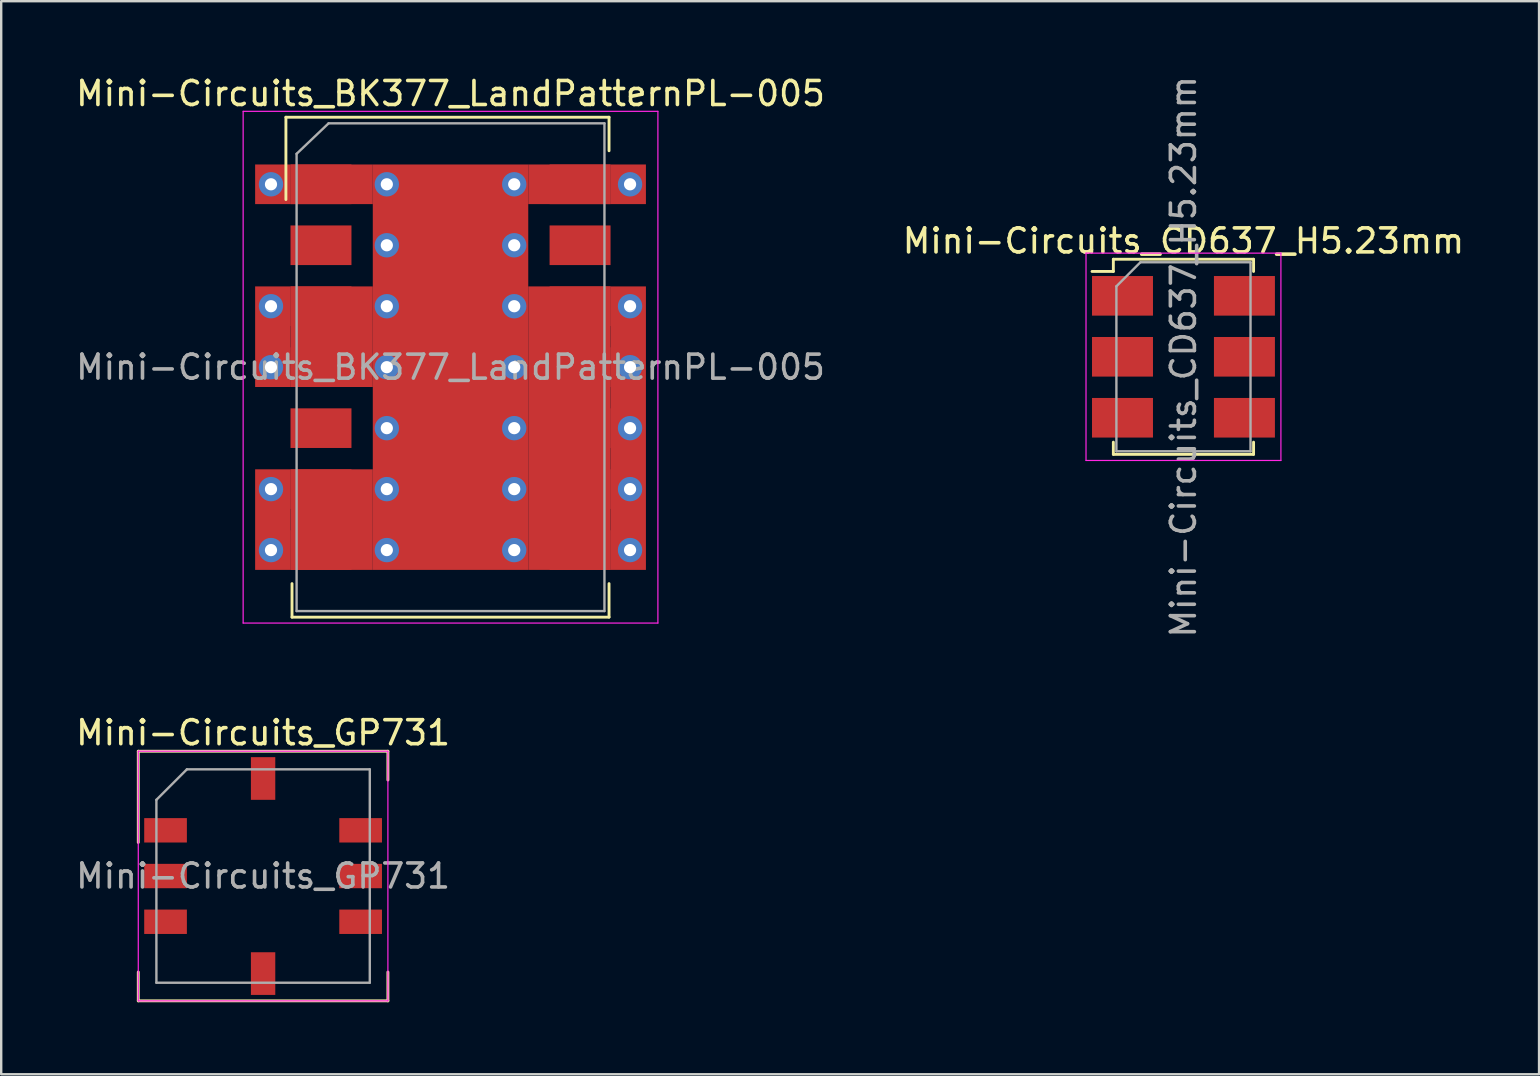
<source format=kicad_pcb>
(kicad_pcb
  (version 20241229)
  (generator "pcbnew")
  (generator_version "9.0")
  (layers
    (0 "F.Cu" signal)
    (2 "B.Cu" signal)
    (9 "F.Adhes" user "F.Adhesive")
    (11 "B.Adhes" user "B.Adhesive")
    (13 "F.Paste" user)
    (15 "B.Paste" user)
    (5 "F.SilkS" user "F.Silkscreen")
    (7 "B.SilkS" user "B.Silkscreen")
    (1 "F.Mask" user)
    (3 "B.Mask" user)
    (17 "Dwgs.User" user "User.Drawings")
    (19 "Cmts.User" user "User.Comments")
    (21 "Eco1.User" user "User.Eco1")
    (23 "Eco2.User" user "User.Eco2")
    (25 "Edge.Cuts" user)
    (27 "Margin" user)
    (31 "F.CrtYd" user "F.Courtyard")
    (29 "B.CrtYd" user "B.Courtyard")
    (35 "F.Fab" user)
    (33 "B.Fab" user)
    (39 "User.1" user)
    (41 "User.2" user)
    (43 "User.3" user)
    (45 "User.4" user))
  (footprint "Mini-Circuits_BK377_LandPatternPL-005"
    (layer "F.Cu")
    (at 15.72 12.248)
    (property "Reference" "Mini-Circuits_BK377_LandPatternPL-005" (at 0 -11.4 0) (layer "F.SilkS") (effects (font (size 1 1) (thickness 0.15))))
    (attr smd)
    (fp_line (start -6.858 -10.414) (end 6.604 -10.414) (stroke (width 0.12) (type solid)) (layer "F.SilkS"))
    (fp_line (start -6.858 -6.985) (end -6.858 -10.414) (stroke (width 0.12) (type solid)) (layer "F.SilkS"))
    (fp_line (start -6.604 9.017) (end -6.604 10.414) (stroke (width 0.12) (type solid)) (layer "F.SilkS"))
    (fp_line (start -6.604 10.414) (end 6.604 10.414) (stroke (width 0.12) (type solid)) (layer "F.SilkS"))
    (fp_line (start 6.604 -10.414) (end 6.604 -9.017) (stroke (width 0.12) (type solid)) (layer "F.SilkS"))
    (fp_line (start 6.604 10.414) (end 6.604 9.017) (stroke (width 0.12) (type solid)) (layer "F.SilkS"))
    (fp_line (start -8.64 -10.66) (end -8.64 10.66) (stroke (width 0.05) (type solid)) (layer "F.CrtYd"))
    (fp_line (start -8.64 -10.66) (end 8.64 -10.66) (stroke (width 0.05) (type solid)) (layer "F.CrtYd"))
    (fp_line (start 8.64 10.66) (end -8.64 10.66) (stroke (width 0.05) (type solid)) (layer "F.CrtYd"))
    (fp_line (start 8.64 10.66) (end 8.64 -10.66) (stroke (width 0.05) (type solid)) (layer "F.CrtYd"))
    (fp_line (start -6.413 -8.89) (end -6.413 10.16) (stroke (width 0.1) (type solid)) (layer "F.Fab"))
    (fp_line (start -6.413 10.16) (end 6.413 10.16) (stroke (width 0.1) (type solid)) (layer "F.Fab"))
    (fp_line (start -5.08 -10.16) (end -6.413 -8.89) (stroke (width 0.1) (type solid)) (layer "F.Fab"))
    (fp_line (start 6.413 -10.16) (end -5.08 -10.16) (stroke (width 0.1) (type solid)) (layer "F.Fab"))
    (fp_line (start 6.413 10.16) (end 6.413 -10.16) (stroke (width 0.1) (type solid)) (layer "F.Fab"))
    (fp_text user "${REFERENCE}" (at 0 0 0) (layer "F.Fab") (effects (font (size 1 1) (thickness 0.15))))
    (pad "1" thru_hole circle (at -7.48 -7.62) (size 1.016 1.016) (drill 0.508) (layers "*.Cu"))
    (pad "1" thru_hole circle (at -7.48 -2.54) (size 1.016 1.016) (drill 0.508) (layers "*.Cu"))
    (pad "1" thru_hole circle (at -7.48 0) (size 1.016 1.016) (drill 0.508) (layers "*.Cu"))
    (pad "1" thru_hole circle (at -7.48 5.08) (size 1.016 1.016) (drill 0.508) (layers "*.Cu"))
    (pad "1" thru_hole circle (at -7.48 7.62) (size 1.016 1.016) (drill 0.508) (layers "*.Cu"))
    (pad "1" smd rect (at -7.404 -7.62) (size 1.473 1.651) (layers "F.Cu"))
    (pad "1" smd rect (at -7.404 -1.27) (size 1.473 4.191) (layers "F.Cu"))
    (pad "1" smd rect (at -7.404 6.35) (size 1.473 4.191) (layers "F.Cu"))
    (pad "1" smd rect (at -6.668 -7.62) (size 2.54 1.651) (drill (offset 1.27 0)) (layers "F.Cu" "F.Mask" "F.Paste"))
    (pad "1" smd rect (at -4.953 -7.62) (size 3.429 1.651) (layers "F.Cu"))
    (pad "1" smd rect (at -4.953 -1.27) (size 3.429 4.191) (layers "F.Cu"))
    (pad "1" smd rect (at -4.953 6.35) (size 3.429 4.191) (layers "F.Cu"))
    (pad "1" thru_hole circle (at -2.654 -7.62) (size 1.016 1.016) (drill 0.508) (layers "*.Cu"))
    (pad "1" thru_hole circle (at -2.654 -5.08) (size 1.016 1.016) (drill 0.508) (layers "*.Cu"))
    (pad "1" thru_hole circle (at -2.654 -2.54) (size 1.016 1.016) (drill 0.508) (layers "*.Cu"))
    (pad "1" thru_hole circle (at -2.654 0) (size 1.016 1.016) (drill 0.508) (layers "*.Cu"))
    (pad "1" thru_hole circle (at -2.654 2.54) (size 1.016 1.016) (drill 0.508) (layers "*.Cu"))
    (pad "1" thru_hole circle (at -2.654 5.08) (size 1.016 1.016) (drill 0.508) (layers "*.Cu"))
    (pad "1" thru_hole circle (at -2.654 7.62) (size 1.016 1.016) (drill 0.508) (layers "*.Cu"))
    (pad "1" smd rect (at 0 0) (size 6.477 16.891) (layers "F.Cu"))
    (pad "1" thru_hole circle (at 2.654 -7.62) (size 1.016 1.016) (drill 0.508) (layers "*.Cu"))
    (pad "1" thru_hole circle (at 2.654 -5.08) (size 1.016 1.016) (drill 0.508) (layers "*.Cu"))
    (pad "1" thru_hole circle (at 2.654 -2.54) (size 1.016 1.016) (drill 0.508) (layers "*.Cu"))
    (pad "1" thru_hole circle (at 2.654 0) (size 1.016 1.016) (drill 0.508) (layers "*.Cu"))
    (pad "1" thru_hole circle (at 2.654 2.54) (size 1.016 1.016) (drill 0.508) (layers "*.Cu"))
    (pad "1" thru_hole circle (at 2.654 5.08) (size 1.016 1.016) (drill 0.508) (layers "*.Cu"))
    (pad "1" thru_hole circle (at 2.654 7.62) (size 1.016 1.016) (drill 0.508) (layers "*.Cu"))
    (pad "1" smd rect (at 4.953 -7.62) (size 3.429 1.651) (layers "F.Cu"))
    (pad "1" smd rect (at 4.953 2.54) (size 3.429 11.811) (layers "F.Cu"))
    (pad "1" smd rect (at 7.404 -7.62) (size 1.473 1.651) (layers "F.Cu"))
    (pad "1" smd rect (at 7.404 2.54) (size 1.473 11.811) (layers "F.Cu"))
    (pad "1" thru_hole circle (at 7.48 -7.62) (size 1.016 1.016) (drill 0.508) (layers "*.Cu"))
    (pad "1" thru_hole circle (at 7.48 -2.54) (size 1.016 1.016) (drill 0.508) (layers "*.Cu"))
    (pad "1" thru_hole circle (at 7.48 0) (size 1.016 1.016) (drill 0.508) (layers "*.Cu"))
    (pad "1" thru_hole circle (at 7.48 2.54) (size 1.016 1.016) (drill 0.508) (layers "*.Cu"))
    (pad "1" thru_hole circle (at 7.48 5.08) (size 1.016 1.016) (drill 0.508) (layers "*.Cu"))
    (pad "1" thru_hole circle (at 7.48 7.62) (size 1.016 1.016) (drill 0.508) (layers "*.Cu"))
    (pad "2" smd rect (at -5.397 -5.08) (size 2.54 1.651) (layers "F.Cu" "F.Mask" "F.Paste"))
    (pad "3" smd rect (at -6.668 -2.54) (size 2.54 1.651) (drill (offset 1.27 0)) (layers "F.Cu" "F.Mask" "F.Paste"))
    (pad "4" smd rect (at -6.668 0) (size 2.54 1.651) (drill (offset 1.27 0)) (layers "F.Cu" "F.Mask" "F.Paste"))
    (pad "5" smd rect (at -5.397 2.54) (size 2.54 1.651) (layers "F.Cu" "F.Mask" "F.Paste"))
    (pad "6" smd rect (at -6.668 5.08) (size 2.54 1.651) (drill (offset 1.27 0)) (layers "F.Cu" "F.Mask" "F.Paste"))
    (pad "7" smd rect (at -6.668 7.62) (size 2.54 1.651) (drill (offset 1.27 0)) (layers "F.Cu" "F.Mask" "F.Paste"))
    (pad "8" smd rect (at 6.668 7.62) (size 2.54 1.651) (drill (offset -1.27 0)) (layers "F.Cu" "F.Mask" "F.Paste"))
    (pad "9" smd rect (at 6.668 5.08) (size 2.54 1.651) (drill (offset -1.27 0)) (layers "F.Cu" "F.Mask" "F.Paste"))
    (pad "10" smd rect (at 6.668 2.54) (size 2.54 1.651) (drill (offset -1.27 0)) (layers "F.Cu" "F.Mask" "F.Paste"))
    (pad "11" smd rect (at 6.668 0) (size 2.54 1.651) (drill (offset -1.27 0)) (layers "F.Cu" "F.Mask" "F.Paste"))
    (pad "12" smd rect (at 6.668 -2.54) (size 2.54 1.651) (drill (offset -1.27 0)) (layers "F.Cu" "F.Mask" "F.Paste"))
    (pad "13" smd rect (at 5.397 -5.08) (size 2.54 1.651) (layers "F.Cu" "F.Mask" "F.Paste"))
    (pad "14" smd rect (at 5.397 -7.62) (size 2.54 1.651) (layers "F.Cu" "F.Mask" "F.Paste")))
  (footprint "Mini-Circuits_CD637_H5.23mm"
    (layer "F.Cu")
    (at 46.256 11.815)
    (property "Reference" "Mini-Circuits_CD637_H5.23mm" (at 0 -4.826 0) (layer "F.SilkS") (effects (font (size 1 1) (thickness 0.15))))
    (attr smd)
    (fp_line (start -2.921 -4.064) (end -2.921 -3.556) (stroke (width 0.12) (type solid)) (layer "F.SilkS"))
    (fp_line (start -2.921 -3.556) (end -3.81 -3.556) (stroke (width 0.12) (type solid)) (layer "F.SilkS"))
    (fp_line (start -2.921 3.556) (end -2.921 4.064) (stroke (width 0.12) (type solid)) (layer "F.SilkS"))
    (fp_line (start -2.921 4.064) (end 2.921 4.064) (stroke (width 0.12) (type solid)) (layer "F.SilkS"))
    (fp_line (start 2.921 -4.064) (end -2.921 -4.064) (stroke (width 0.12) (type solid)) (layer "F.SilkS"))
    (fp_line (start 2.921 -3.556) (end 2.921 -4.064) (stroke (width 0.12) (type solid)) (layer "F.SilkS"))
    (fp_line (start 2.921 4.064) (end 2.921 3.556) (stroke (width 0.12) (type solid)) (layer "F.SilkS"))
    (fp_line (start -4.06 4.32) (end -4.06 -4.32) (stroke (width 0.05) (type solid)) (layer "F.CrtYd"))
    (fp_line (start 4.06 -4.32) (end -4.06 -4.32) (stroke (width 0.05) (type solid)) (layer "F.CrtYd"))
    (fp_line (start 4.06 4.32) (end -4.06 4.32) (stroke (width 0.05) (type solid)) (layer "F.CrtYd"))
    (fp_line (start 4.06 4.32) (end 4.06 -4.32) (stroke (width 0.05) (type solid)) (layer "F.CrtYd"))
    (fp_line (start -2.794 3.937) (end -2.794 -2.937) (stroke (width 0.1) (type solid)) (layer "F.Fab"))
    (fp_line (start -1.794 -3.937) (end -2.794 -2.937) (stroke (width 0.1) (type solid)) (layer "F.Fab"))
    (fp_line (start -1.794 -3.937) (end 2.794 -3.937) (stroke (width 0.1) (type solid)) (layer "F.Fab"))
    (fp_line (start 2.794 -3.937) (end 2.794 3.937) (stroke (width 0.1) (type solid)) (layer "F.Fab"))
    (fp_line (start 2.794 3.937) (end -2.794 3.937) (stroke (width 0.1) (type solid)) (layer "F.Fab"))
    (fp_text user "${REFERENCE}" (at 0 0 90) (layer "F.Fab") (effects (font (size 1 1) (thickness 0.15))))
    (pad "1" smd rect (at -2.54 -2.54) (size 2.54 1.65) (layers "F.Cu" "F.Mask" "F.Paste"))
    (pad "2" smd rect (at -2.54 0) (size 2.54 1.65) (layers "F.Cu" "F.Mask" "F.Paste"))
    (pad "3" smd rect (at -2.54 2.54) (size 2.54 1.65) (layers "F.Cu" "F.Mask" "F.Paste"))
    (pad "4" smd rect (at 2.54 2.54) (size 2.54 1.65) (layers "F.Cu" "F.Mask" "F.Paste"))
    (pad "5" smd rect (at 2.54 0) (size 2.54 1.65) (layers "F.Cu" "F.Mask" "F.Paste"))
    (pad "6" smd rect (at 2.54 -2.54) (size 2.54 1.65) (layers "F.Cu" "F.Mask" "F.Paste")))
  (footprint "Mini-Circuits_GP731"
    (layer "F.Cu")
    (at 7.911 33.448)
    (property "Reference" "Mini-Circuits_GP731" (at 0 -5.969 0) (layer "F.SilkS") (effects (font (size 1 1) (thickness 0.15))))
    (attr smd)
    (fp_line (start -5.2 -5.2) (end -5.2 -1.4) (stroke (width 0.12) (type solid)) (layer "F.SilkS"))
    (fp_line (start -5.2 -5.2) (end 5.2 -5.2) (stroke (width 0.12) (type solid)) (layer "F.SilkS"))
    (fp_line (start -5.2 4) (end -5.2 5.2) (stroke (width 0.12) (type solid)) (layer "F.SilkS"))
    (fp_line (start 5.2 -4) (end 5.2 -5.2) (stroke (width 0.12) (type solid)) (layer "F.SilkS"))
    (fp_line (start 5.2 5.2) (end -5.2 5.2) (stroke (width 0.12) (type solid)) (layer "F.SilkS"))
    (fp_line (start 5.2 5.2) (end 5.2 4) (stroke (width 0.12) (type solid)) (layer "F.SilkS"))
    (fp_line (start -5.2 -5.2) (end -5.2 5.2) (stroke (width 0.05) (type solid)) (layer "F.CrtYd"))
    (fp_line (start -5.2 -5.2) (end 5.2 -5.2) (stroke (width 0.05) (type solid)) (layer "F.CrtYd"))
    (fp_line (start 5.2 5.2) (end -5.2 5.2) (stroke (width 0.05) (type solid)) (layer "F.CrtYd"))
    (fp_line (start 5.2 5.2) (end 5.2 -5.2) (stroke (width 0.05) (type solid)) (layer "F.CrtYd"))
    (fp_line (start -4.445 -3.175) (end -3.175 -4.445) (stroke (width 0.1) (type solid)) (layer "F.Fab"))
    (fp_line (start -4.445 4.445) (end -4.445 -3.175) (stroke (width 0.1) (type solid)) (layer "F.Fab"))
    (fp_line (start -3.175 -4.445) (end 4.445 -4.445) (stroke (width 0.1) (type solid)) (layer "F.Fab"))
    (fp_line (start 4.445 -4.445) (end 4.445 4.445) (stroke (width 0.1) (type solid)) (layer "F.Fab"))
    (fp_line (start 4.445 4.445) (end -4.445 4.445) (stroke (width 0.1) (type solid)) (layer "F.Fab"))
    (fp_text user "${REFERENCE}" (at 0 0 0) (layer "F.Fab") (effects (font (size 1 1) (thickness 0.15))))
    (pad "1" smd rect (at -4.064 -1.905 180) (size 1.778 1.016) (layers "F.Cu" "F.Mask" "F.Paste"))
    (pad "2" smd rect (at -4.064 0 180) (size 1.778 1.016) (layers "F.Cu" "F.Mask" "F.Paste"))
    (pad "3" smd rect (at -4.064 1.905 180) (size 1.778 1.016) (layers "F.Cu" "F.Mask" "F.Paste"))
    (pad "4" smd rect (at 0 4.064 270) (size 1.778 1.016) (layers "F.Cu" "F.Mask" "F.Paste"))
    (pad "5" smd rect (at 4.064 1.905) (size 1.778 1.016) (layers "F.Cu" "F.Mask" "F.Paste"))
    (pad "6" smd rect (at 4.064 0) (size 1.778 1.016) (layers "F.Cu" "F.Mask" "F.Paste"))
    (pad "7" smd rect (at 4.064 -1.905) (size 1.778 1.016) (layers "F.Cu" "F.Mask" "F.Paste"))
    (pad "8" smd rect (at 0 -4.064 270) (size 1.778 1.016) (layers "F.Cu" "F.Mask" "F.Paste")))
  (gr_rect
    (start -3 -3)
    (end 61.071 41.708)
    (stroke (width 0.1) (type default))
    (fill no)
    (layer "Edge.Cuts")))
</source>
